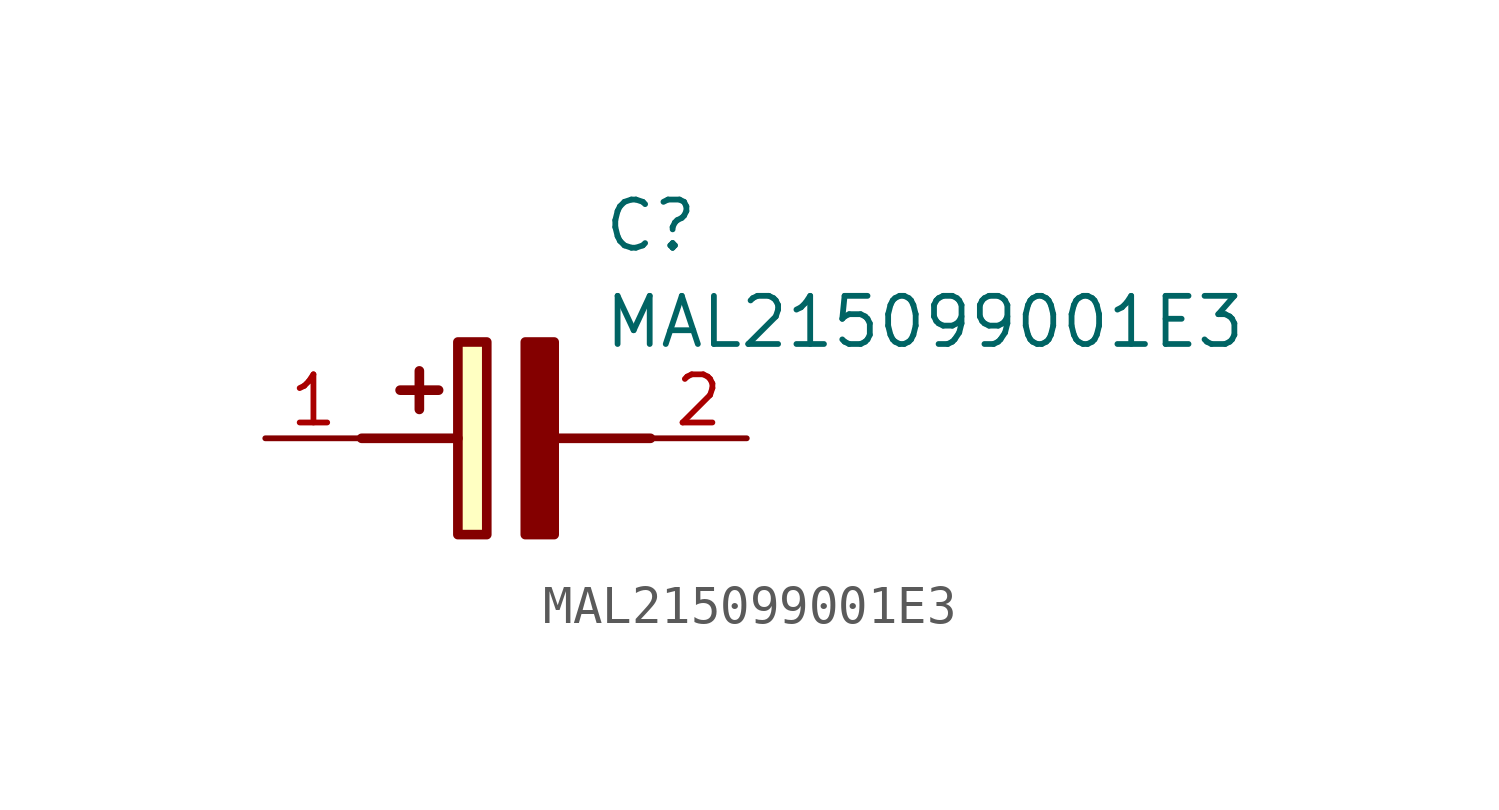
<source format=kicad_sym>
(kicad_symbol_lib
  (version 20211014)
  (generator SamacSys_ECAD_Model)
  (symbol "MAL215099001E3"
    (pin_names hide)
    (property "Reference" "C"
      (at 8.89 6.35 0)
      (effects (font (size 1.27 1.27)) (justify left top)))
    (property "Value" "MAL215099001E3"
      (at 8.89 3.81 0)
      (effects (font (size 1.27 1.27)) (justify left top)))
    (rectangle
      (start 5.08 2.54)
      (end 5.842 -2.54)
      (stroke (width 0.254) (type default))
      (fill (type background)))
    (polyline
      (pts (xy 4.572 1.27) (xy 3.556 1.27))
      (stroke (width 0.254) (type default))
      (fill (type none)))
    (polyline
      (pts (xy 4.064 1.778) (xy 4.064 0.762))
      (stroke (width 0.254) (type default))
      (fill (type none)))
    (polyline
      (pts (xy 2.54 0) (xy 5.08 0))
      (stroke (width 0.254) (type default))
      (fill (type none)))
    (polyline
      (pts (xy 7.62 0) (xy 10.16 0))
      (stroke (width 0.254) (type default))
      (fill (type none)))
    (polyline
      (pts (xy 7.62 2.54) (xy 7.62 -2.54) (xy 6.858 -2.54) (xy 6.858 2.54) (xy 7.62 2.54))
      (stroke (width 0.254) (type default))
      (fill (type outline)))
    (pin passive line
      (at 0 0 0)
      (length 2.54)
      (name "+" (effects (font (size 1.27 1.27))))
      (number "1" (effects (font (size 1.27 1.27)))))
    (pin passive line
      (at 12.7 0 180)
      (length 2.54)
      (name "-" (effects (font (size 1.27 1.27))))
      (number "2" (effects (font (size 1.27 1.27)))))))
</source>
